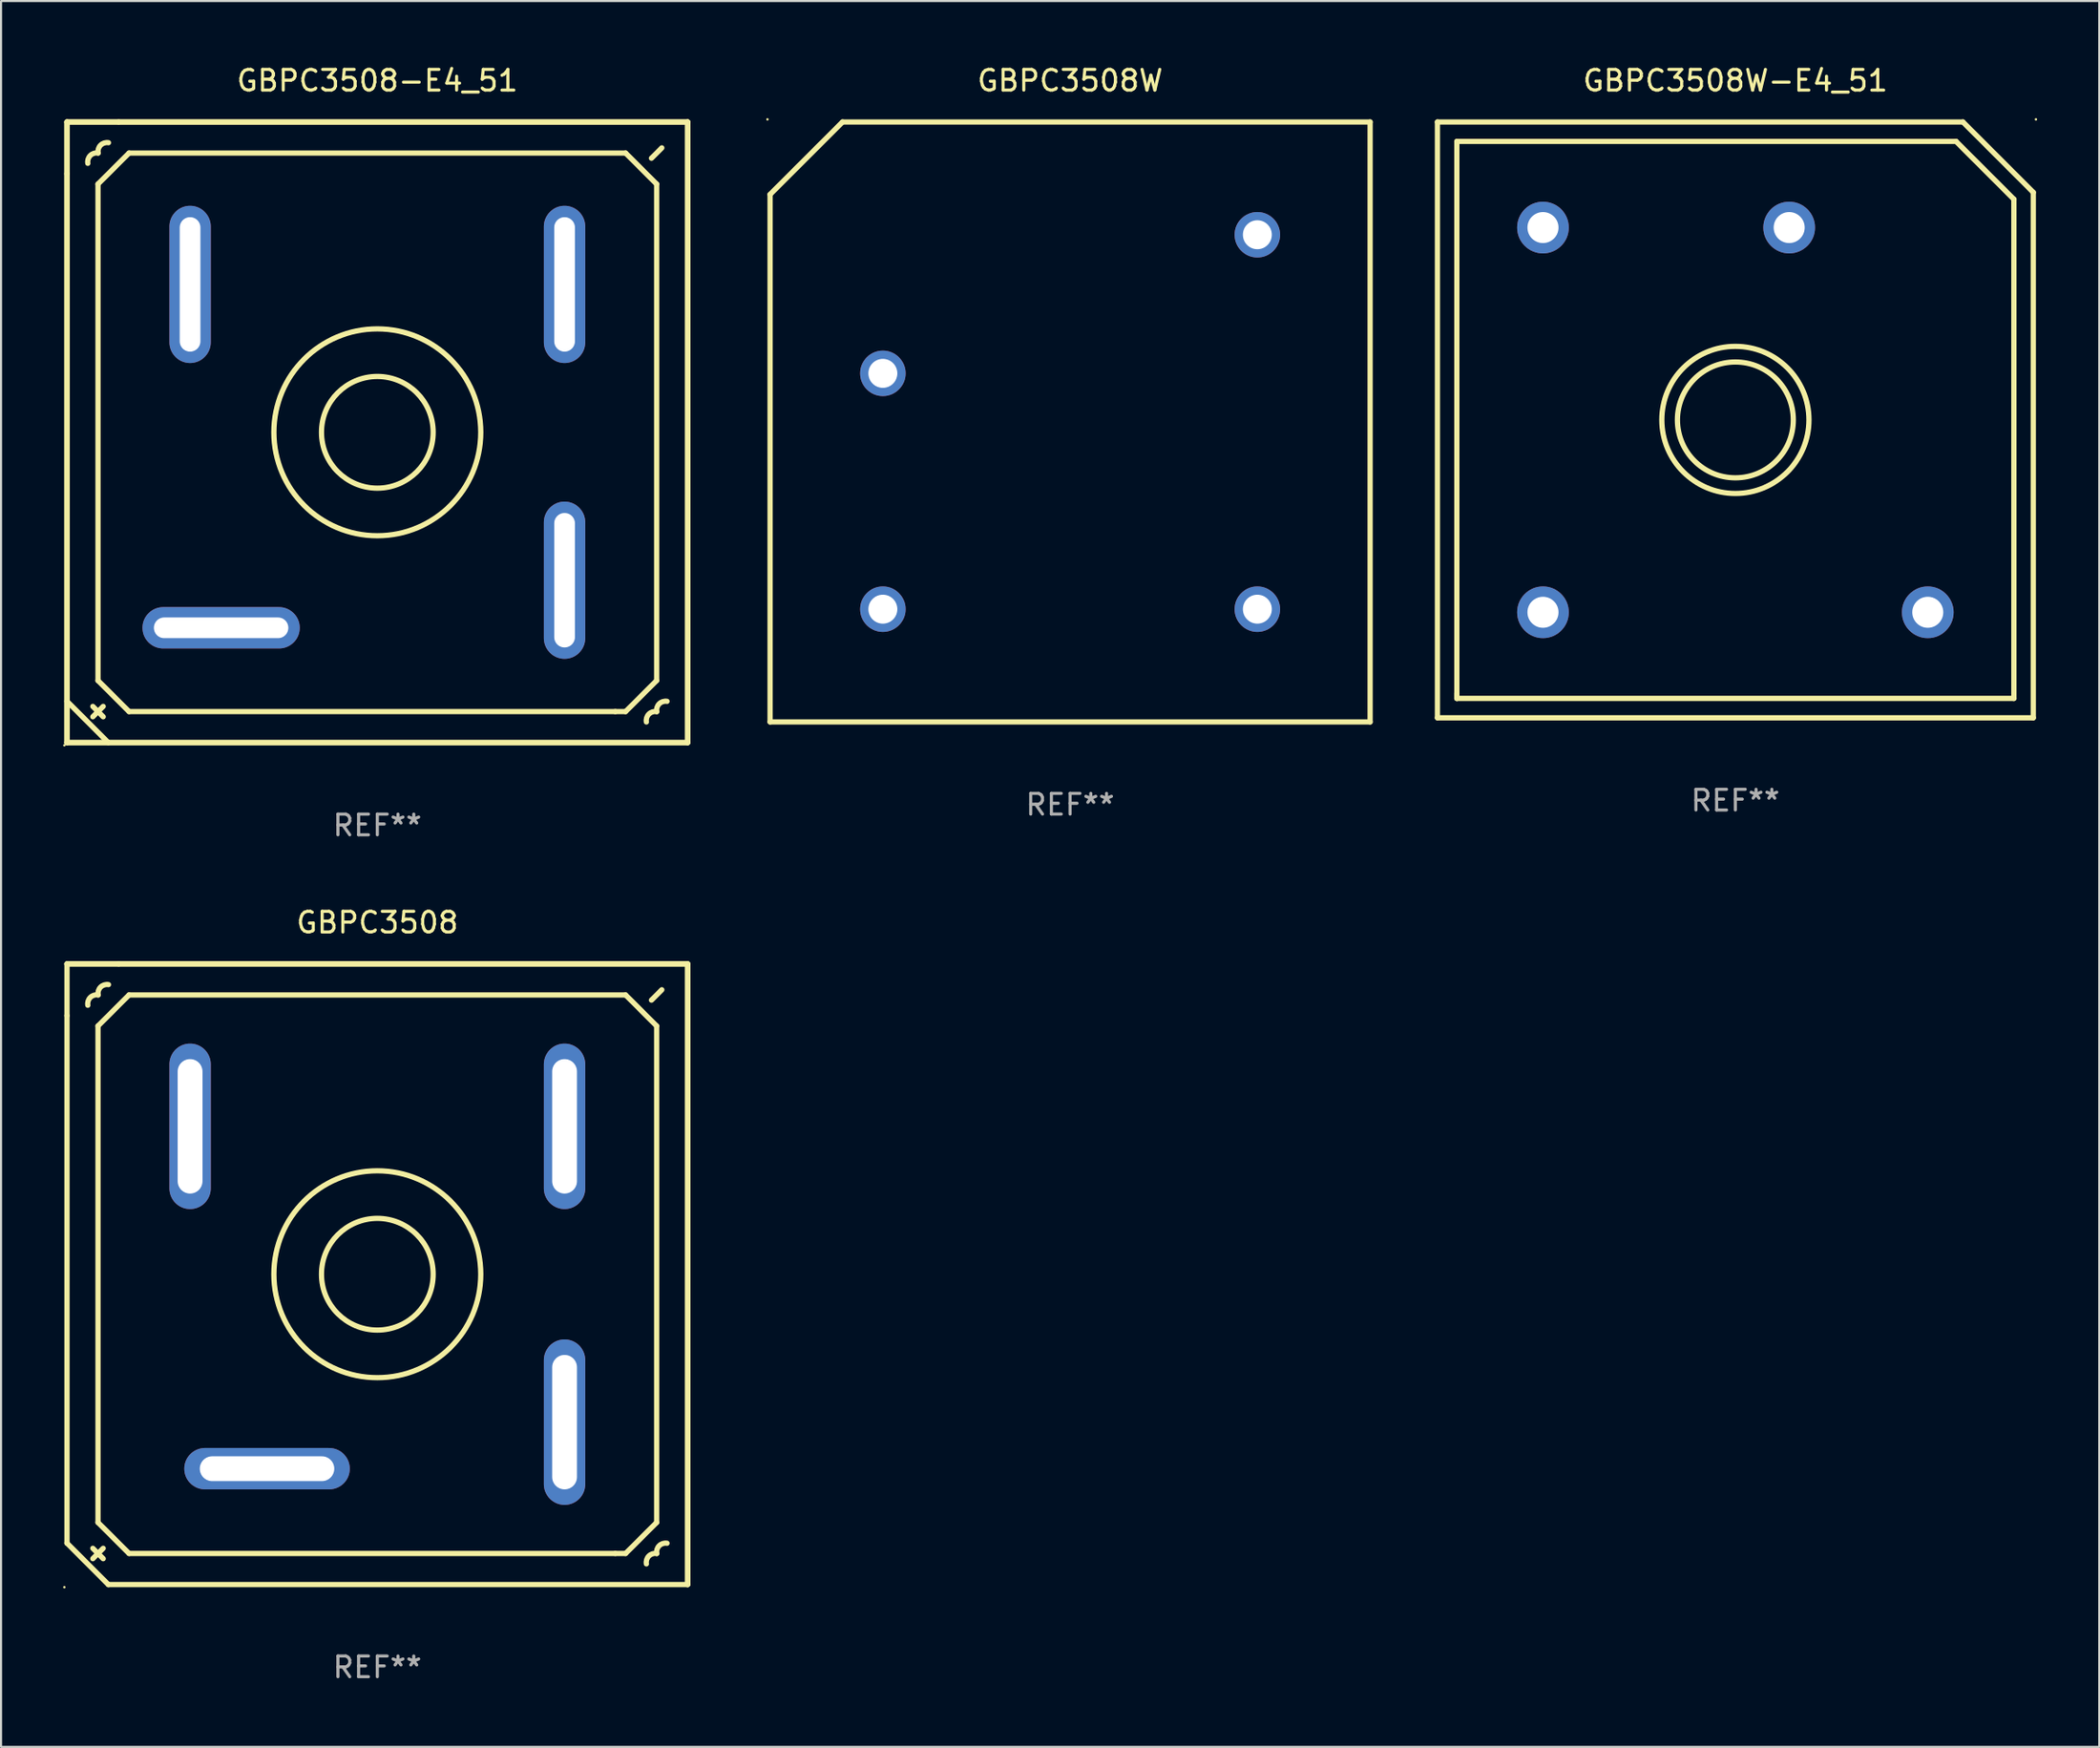
<source format=kicad_pcb>
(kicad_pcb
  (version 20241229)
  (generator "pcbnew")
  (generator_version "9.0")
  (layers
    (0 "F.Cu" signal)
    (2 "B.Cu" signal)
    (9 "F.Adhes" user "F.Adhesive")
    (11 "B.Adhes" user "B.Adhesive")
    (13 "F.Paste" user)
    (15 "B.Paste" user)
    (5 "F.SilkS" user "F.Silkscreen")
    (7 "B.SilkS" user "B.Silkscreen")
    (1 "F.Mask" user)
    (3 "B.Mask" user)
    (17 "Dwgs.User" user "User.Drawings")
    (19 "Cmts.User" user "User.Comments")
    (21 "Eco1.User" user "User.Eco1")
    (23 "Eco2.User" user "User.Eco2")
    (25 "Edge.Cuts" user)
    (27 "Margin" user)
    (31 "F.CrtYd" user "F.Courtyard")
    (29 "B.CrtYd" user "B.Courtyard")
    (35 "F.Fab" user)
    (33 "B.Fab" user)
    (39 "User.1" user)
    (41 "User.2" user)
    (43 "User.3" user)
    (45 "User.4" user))
  (footprint "GBPC3508W"
    (layer "F.Cu")
    (at 48.671 17.348)
    (property "Reference" "GBPC3508W" (at 0 -16.5 0) (layer "F.SilkS") (effects (font (size 1 1) (thickness 0.15))))
    (attr through_hole)
    (fp_line (start -14.5 -11) (end -14.5 14.5) (stroke (width 0.254) (type solid)) (layer "F.SilkS"))
    (fp_line (start -14.5 14.5) (end 14.5 14.5) (stroke (width 0.254) (type solid)) (layer "F.SilkS"))
    (fp_line (start -11 -14.5) (end -14.5 -11) (stroke (width 0.254) (type solid)) (layer "F.SilkS"))
    (fp_line (start -11 -14.5) (end 14.5 -14.5) (stroke (width 0.254) (type solid)) (layer "F.SilkS"))
    (fp_line (start 14.5 -14.5) (end 14.5 14.5) (stroke (width 0.254) (type solid)) (layer "F.SilkS"))
    (fp_circle (center -14.627 -14.627) (end -14.597 -14.627) (stroke (width 0.06) (type solid)) (fill no) (layer "F.SilkS"))
    (fp_text user "&#126;" (at 11.176 -8.308 0) (layer "B.Mask") (effects (font (size 1 1) (thickness 0.15))))
    (fp_text user "+" (at -12.446 -1.397 0) (layer "B.Mask") (effects (font (size 1 1) (thickness 0.15))))
    (fp_text user "-" (at 10.795 10.211 0) (layer "B.Mask") (effects (font (size 1 1) (thickness 0.15))))
    (fp_text user "&#126;" (at -12.446 9.98 0) (layer "B.Mask") (effects (font (size 1 1) (thickness 0.15))))
    (fp_text user "REF**" (at 0 18.5 0) (layer "F.Fab") (effects (font (size 1 1) (thickness 0.15))))
    (pad "1" thru_hole circle (at -9.05 -2.35) (size 2.2 2.2) (drill 1.4) (layers "*.Cu" "*.Mask"))
    (pad "2" thru_hole circle (at -9.05 9.05) (size 2.2 2.2) (drill 1.4) (layers "*.Cu" "*.Mask"))
    (pad "3" thru_hole circle (at 9.05 9.05) (size 2.2 2.2) (drill 1.4) (layers "*.Cu" "*.Mask"))
    (pad "4" thru_hole circle (at 9.05 -9.05) (size 2.2 2.2) (drill 1.4) (layers "*.Cu" "*.Mask")))
  (footprint "GBPC3508"
    (layer "F.Cu")
    (at 15.187 58.547)
    (property "Reference" "GBPC3508" (at 0 -17.001 0) (layer "F.SilkS") (effects (font (size 1 1) (thickness 0.15))))
    (attr through_hole)
    (fp_line (start -15 -15.001) (end -12.5 -15.001) (stroke (width 0.254) (type solid)) (layer "F.SilkS"))
    (fp_line (start -15 -15.001) (end 15 -15.001) (stroke (width 0.254) (type solid)) (layer "F.SilkS"))
    (fp_line (start -15 -12.501) (end -15 -15.001) (stroke (width 0.254) (type solid)) (layer "F.SilkS"))
    (fp_line (start -15 -12.501) (end -15 12.999) (stroke (width 0.254) (type solid)) (layer "F.SilkS"))
    (fp_line (start -14.999 12.999) (end -13 15.001) (stroke (width 0.254) (type solid)) (layer "F.SilkS"))
    (fp_line (start -13.75 13.749) (end -13.25 13.249) (stroke (width 0.254) (type solid)) (layer "F.SilkS"))
    (fp_line (start -13.5 -12.001) (end -12 -13.501) (stroke (width 0.254) (type solid)) (layer "F.SilkS"))
    (fp_line (start -13.5 11.999) (end -13.5 -12.001) (stroke (width 0.254) (type solid)) (layer "F.SilkS"))
    (fp_line (start -13.25 13.749) (end -13.75 13.249) (stroke (width 0.254) (type solid)) (layer "F.SilkS"))
    (fp_line (start -13 15.001) (end 15 15.001) (stroke (width 0.254) (type solid)) (layer "F.SilkS"))
    (fp_line (start -12.5 -15.001) (end 15 -15.001) (stroke (width 0.254) (type solid)) (layer "F.SilkS"))
    (fp_line (start -12 -13.501) (end 12 -13.501) (stroke (width 0.254) (type solid)) (layer "F.SilkS"))
    (fp_line (start -12 13.499) (end -13.5 11.999) (stroke (width 0.254) (type solid)) (layer "F.SilkS"))
    (fp_line (start 11.5 13.499) (end -12 13.499) (stroke (width 0.254) (type solid)) (layer "F.SilkS"))
    (fp_line (start 12 -13.501) (end 13.5 -12.001) (stroke (width 0.254) (type solid)) (layer "F.SilkS"))
    (fp_line (start 12 13.499) (end 11.5 13.499) (stroke (width 0.254) (type solid)) (layer "F.SilkS"))
    (fp_line (start 13.5 -12.001) (end 13.5 11.999) (stroke (width 0.254) (type solid)) (layer "F.SilkS"))
    (fp_line (start 13.5 11.999) (end 12 13.499) (stroke (width 0.254) (type solid)) (layer "F.SilkS"))
    (fp_line (start 13.75 -13.751) (end 13.25 -13.251) (stroke (width 0.254) (type solid)) (layer "F.SilkS"))
    (fp_line (start 15 -15.001) (end 15 14.999) (stroke (width 0.254) (type solid)) (layer "F.SilkS"))
    (fp_line (start 15 -15.001) (end 15 14.999) (stroke (width 0.254) (type solid)) (layer "F.SilkS"))
    (fp_arc (start -13.993129 -13.002362) (mid -13.872541 -13.381774) (end -13.49313 -13.502362) (stroke (width 0.254001) (type solid)) (layer "F.SilkS"))
    (fp_arc (start -13.494653 -13.500331) (mid -13.374064 -13.879742) (end -12.994653 -14.00033) (stroke (width 0.254001) (type solid)) (layer "F.SilkS"))
    (fp_arc (start 13.005169 14.000686) (mid 13.125757 13.621274) (end 13.505169 13.500685) (stroke (width 0.254001) (type solid)) (layer "F.SilkS"))
    (fp_arc (start 13.503646 13.502717) (mid 13.624234 13.123306) (end 14.003645 13.002718) (stroke (width 0.254001) (type solid)) (layer "F.SilkS"))
    (fp_circle (center -15.127 15.128) (end -15.097 15.128) (stroke (width 0.06) (type solid)) (fill no) (layer "F.SilkS"))
    (fp_circle (center 0.000064 -0.000457) (end 2.7 -0.000457) (stroke (width 0.254) (type solid)) (fill no) (layer "F.SilkS"))
    (fp_circle (center 0.000064 -0.000457) (end 5 -0.000457) (stroke (width 0.254) (type solid)) (fill no) (layer "F.SilkS"))
    (fp_text user "REF**" (at 0 19.001 0) (layer "F.Fab") (effects (font (size 1 1) (thickness 0.15))))
    (pad "1" thru_hole oval (at -5.33 9.4 270) (size 2 8) (drill oval 1.2 6.5) (layers "*.Cu" "*.Mask"))
    (pad "2" thru_hole oval (at 9.05 7.15) (size 2 8) (drill oval 1.2 6.5) (layers "*.Cu" "*.Mask"))
    (pad "3" thru_hole oval (at 9.05 -7.15) (size 2 8) (drill oval 1.2 6.5) (layers "*.Cu" "*.Mask"))
    (pad "4" thru_hole oval (at -9.05 -7.15 180) (size 2 8) (drill oval 1.2 6.5) (layers "*.Cu" "*.Mask")))
  (footprint "GBPC3508-E4_51"
    (layer "F.Cu")
    (at 15.187 17.849)
    (property "Reference" "GBPC3508-E4_51" (at 0 -17.001 0) (layer "F.SilkS") (effects (font (size 1 1) (thickness 0.15))))
    (attr through_hole)
    (fp_line (start -15 -15.001) (end -12.5 -15.001) (stroke (width 0.254) (type solid)) (layer "F.SilkS"))
    (fp_line (start -15 -15.001) (end 15 -15.001) (stroke (width 0.254) (type solid)) (layer "F.SilkS"))
    (fp_line (start -15 -12.501) (end -15 -15.001) (stroke (width 0.254) (type solid)) (layer "F.SilkS"))
    (fp_line (start -15 14.999) (end -15 -15.001) (stroke (width 0.254) (type solid)) (layer "F.SilkS"))
    (fp_line (start -15 14.999) (end -15 -12.501) (stroke (width 0.254) (type solid)) (layer "F.SilkS"))
    (fp_line (start -14.999 12.999) (end -13 15.001) (stroke (width 0.254) (type solid)) (layer "F.SilkS"))
    (fp_line (start -13.75 13.749) (end -13.25 13.249) (stroke (width 0.254) (type solid)) (layer "F.SilkS"))
    (fp_line (start -13.5 -12.001) (end -12 -13.501) (stroke (width 0.254) (type solid)) (layer "F.SilkS"))
    (fp_line (start -13.5 11.999) (end -13.5 -12.001) (stroke (width 0.254) (type solid)) (layer "F.SilkS"))
    (fp_line (start -13.25 13.749) (end -13.75 13.249) (stroke (width 0.254) (type solid)) (layer "F.SilkS"))
    (fp_line (start -12.5 -15.001) (end 15 -15.001) (stroke (width 0.254) (type solid)) (layer "F.SilkS"))
    (fp_line (start -12 -13.501) (end 12 -13.501) (stroke (width 0.254) (type solid)) (layer "F.SilkS"))
    (fp_line (start -12 13.499) (end -13.5 11.999) (stroke (width 0.254) (type solid)) (layer "F.SilkS"))
    (fp_line (start 11.5 13.499) (end -12 13.499) (stroke (width 0.254) (type solid)) (layer "F.SilkS"))
    (fp_line (start 12 -13.501) (end 13.5 -12.001) (stroke (width 0.254) (type solid)) (layer "F.SilkS"))
    (fp_line (start 12 13.499) (end 11.5 13.499) (stroke (width 0.254) (type solid)) (layer "F.SilkS"))
    (fp_line (start 13.5 -12.001) (end 13.5 11.999) (stroke (width 0.254) (type solid)) (layer "F.SilkS"))
    (fp_line (start 13.5 11.999) (end 12 13.499) (stroke (width 0.254) (type solid)) (layer "F.SilkS"))
    (fp_line (start 13.75 -13.751) (end 13.25 -13.251) (stroke (width 0.254) (type solid)) (layer "F.SilkS"))
    (fp_line (start 15 -15.001) (end 15 14.999) (stroke (width 0.254) (type solid)) (layer "F.SilkS"))
    (fp_line (start 15 -15.001) (end 15 14.999) (stroke (width 0.254) (type solid)) (layer "F.SilkS"))
    (fp_line (start 15 14.999) (end -15 14.999) (stroke (width 0.254) (type solid)) (layer "F.SilkS"))
    (fp_line (start 15 14.999) (end -15 14.999) (stroke (width 0.254) (type solid)) (layer "F.SilkS"))
    (fp_arc (start -13.993167 -13.002413) (mid -13.872579 -13.381824) (end -13.493168 -13.502412) (stroke (width 0.254001) (type solid)) (layer "F.SilkS"))
    (fp_arc (start -13.494692 -13.500381) (mid -13.374103 -13.879793) (end -12.994691 -14.000381) (stroke (width 0.254001) (type solid)) (layer "F.SilkS"))
    (fp_arc (start 13.005131 14.000635) (mid 13.125719 13.621224) (end 13.50513 13.500636) (stroke (width 0.254001) (type solid)) (layer "F.SilkS"))
    (fp_arc (start 13.503606 13.502667) (mid 13.624195 13.123255) (end 14.003607 13.002667) (stroke (width 0.254001) (type solid)) (layer "F.SilkS"))
    (fp_circle (center -15.127 15.128) (end -15.097 15.128) (stroke (width 0.06) (type solid)) (fill no) (layer "F.SilkS"))
    (fp_circle (center 0 -0.001) (end 2.7 -0.001) (stroke (width 0.254) (type solid)) (fill no) (layer "F.SilkS"))
    (fp_circle (center 0 -0.001) (end 5 -0.001) (stroke (width 0.254) (type solid)) (fill no) (layer "F.SilkS"))
    (fp_text user "REF**" (at 0 19.001 0) (layer "F.Fab") (effects (font (size 1 1) (thickness 0.15))))
    (pad "1" thru_hole oval (at -7.55 9.449 270) (size 2 7.6) (drill oval 1 6.5) (layers "*.Cu" "*.Mask"))
    (pad "2" thru_hole oval (at -9.05 -7.151 180) (size 2 7.6) (drill oval 1 6.5) (layers "*.Cu" "*.Mask"))
    (pad "3" thru_hole oval (at 9.05 -7.151) (size 2 7.6) (drill oval 1 6.5) (layers "*.Cu" "*.Mask"))
    (pad "4" thru_hole oval (at 9.05 7.149) (size 2 7.6) (drill oval 1 6.5) (layers "*.Cu" "*.Mask")))
  (footprint "GBPC3508W-E4_51"
    (layer "F.Cu")
    (at 80.825 17.249)
    (property "Reference" "GBPC3508W-E4_51" (at 0 -16.4 0) (layer "F.SilkS") (effects (font (size 1 1) (thickness 0.15))))
    (attr through_hole)
    (fp_line (start -14.4 14.4) (end 14.4 14.4) (stroke (width 0.254) (type solid)) (layer "F.SilkS"))
    (fp_line (start -14.4 14.4) (end -14.4 -14.4) (stroke (width 0.254) (type solid)) (layer "F.SilkS"))
    (fp_line (start -13.462 -13.462) (end 10.668 -13.462) (stroke (width 0.254) (type solid)) (layer "F.SilkS"))
    (fp_line (start -13.462 13.462) (end -13.462 -13.462) (stroke (width 0.254) (type solid)) (layer "F.SilkS"))
    (fp_line (start -13.462 13.462) (end -13.462 13.208) (stroke (width 0.254) (type solid)) (layer "F.SilkS"))
    (fp_line (start 10.668 -13.462) (end 13.462 -10.668) (stroke (width 0.254) (type solid)) (layer "F.SilkS"))
    (fp_line (start 11 -14.4) (end -14.4 -14.4) (stroke (width 0.254) (type solid)) (layer "F.SilkS"))
    (fp_line (start 11 -14.4) (end 14.4 -11) (stroke (width 0.254) (type solid)) (layer "F.SilkS"))
    (fp_line (start 13.462 -10.668) (end 13.462 13.462) (stroke (width 0.254) (type solid)) (layer "F.SilkS"))
    (fp_line (start 13.462 13.462) (end -13.462 13.462) (stroke (width 0.254) (type solid)) (layer "F.SilkS"))
    (fp_line (start 14.4 14.4) (end 14.4 -11) (stroke (width 0.254) (type solid)) (layer "F.SilkS"))
    (fp_circle (center 0 -0.000381) (end 2.8 -0.000381) (stroke (width 0.254) (type solid)) (fill no) (layer "F.SilkS"))
    (fp_circle (center 0 -0.000381) (end 3.556 -0.000381) (stroke (width 0.254) (type solid)) (fill no) (layer "F.SilkS"))
    (fp_circle (center 14.527 -14.527) (end 14.557 -14.527) (stroke (width 0.06) (type solid)) (fill no) (layer "F.SilkS"))
    (fp_text user "REF**" (at 0 18.4 0) (layer "F.Fab") (effects (font (size 1 1) (thickness 0.15))))
    (pad "1" thru_hole circle (at 2.601 -9.299) (size 2.5 2.5) (drill 1.5) (layers "*.Cu" "*.Mask"))
    (pad "2" thru_hole circle (at 9.299 9.299) (size 2.5 2.5) (drill 1.5) (layers "*.Cu" "*.Mask"))
    (pad "3" thru_hole circle (at -9.299 9.299) (size 2.5 2.5) (drill 1.5) (layers "*.Cu" "*.Mask"))
    (pad "4" thru_hole circle (at -9.299 -9.299) (size 2.5 2.5) (drill 1.5) (layers "*.Cu" "*.Mask")))
  (gr_rect
    (start -3 -3)
    (end 98.412 81.396)
    (stroke (width 0.1) (type default))
    (fill no)
    (layer "Edge.Cuts")))
</source>
